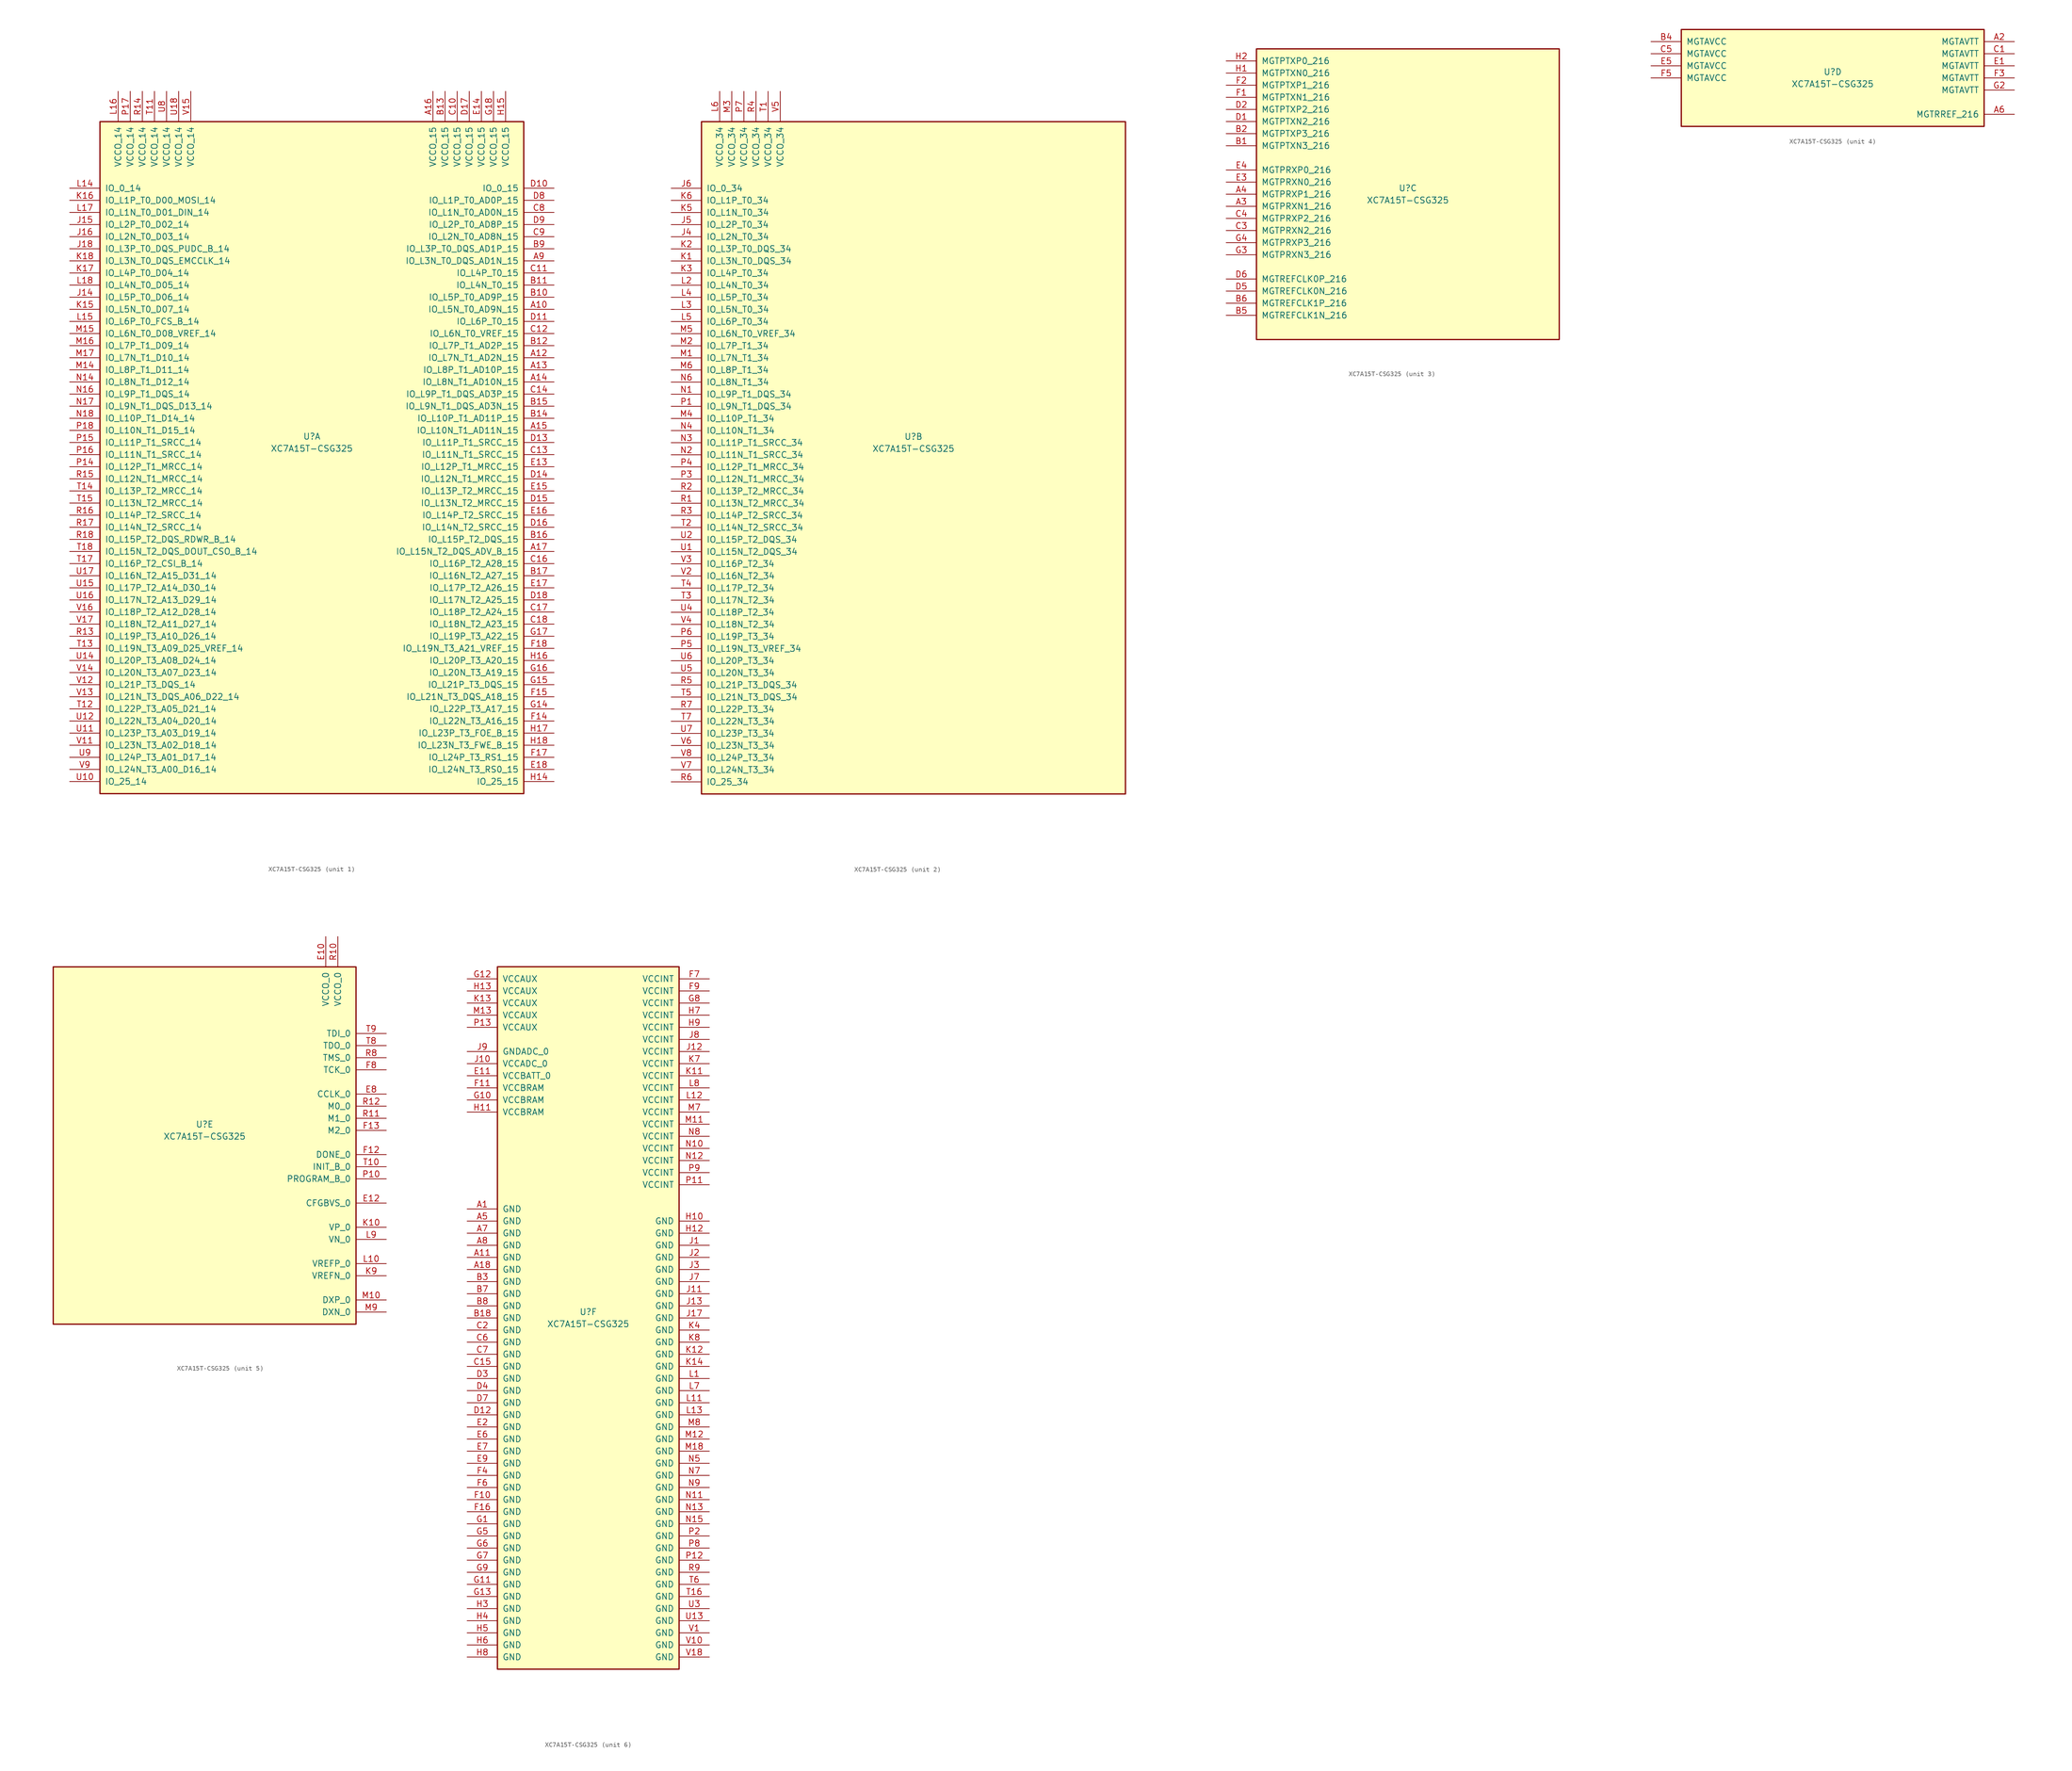
<source format=kicad_sym>
(kicad_symbol_lib
  (version 20201005)
  (generator kicad_symbol_editor)
  (symbol "FPGA_Xilinx_Artix7:XC7A15T-CSG325"
    (pin_names
      (offset 1.016))
    (property "Reference" "U"
      (at 0 1.27 0)
      (effects (font (size 1.27 1.27))))
    (property "Value" "XC7A15T-CSG325"
      (at 0 -1.27 0)
      (effects (font (size 1.27 1.27))))
    (property "Datasheet" ""
      (at 0 0 0)
      (effects (font (size 1.27 1.27))))
    (property "ki_locked" ""
      (at 0 0 0)
      (effects (font (size 1.27 1.27))))
    (symbol "XC7A15T-CSG325_1_1"
      (rectangle (start -44.45 67.31) (end 44.45 -73.66) (stroke (width 0.254)) (fill (type background)))
      (pin power_in line (at -40.64 73.66 270) (length 6.35) (name "VCCO_14" (effects (font (size 1.27 1.27)))) (number "L16" (effects (font (size 1.27 1.27)))))
      (pin power_in line (at -38.1 73.66 270) (length 6.35) (name "VCCO_14" (effects (font (size 1.27 1.27)))) (number "P17" (effects (font (size 1.27 1.27)))))
      (pin power_in line (at -35.56 73.66 270) (length 6.35) (name "VCCO_14" (effects (font (size 1.27 1.27)))) (number "R14" (effects (font (size 1.27 1.27)))))
      (pin power_in line (at -33.02 73.66 270) (length 6.35) (name "VCCO_14" (effects (font (size 1.27 1.27)))) (number "T11" (effects (font (size 1.27 1.27)))))
      (pin power_in line (at -30.48 73.66 270) (length 6.35) (name "VCCO_14" (effects (font (size 1.27 1.27)))) (number "U8" (effects (font (size 1.27 1.27)))))
      (pin power_in line (at -27.94 73.66 270) (length 6.35) (name "VCCO_14" (effects (font (size 1.27 1.27)))) (number "U18" (effects (font (size 1.27 1.27)))))
      (pin power_in line (at -25.4 73.66 270) (length 6.35) (name "VCCO_14" (effects (font (size 1.27 1.27)))) (number "V15" (effects (font (size 1.27 1.27)))))
      (pin bidirectional line (at -50.8 53.34 0) (length 6.35) (name "IO_0_14" (effects (font (size 1.27 1.27)))) (number "L14" (effects (font (size 1.27 1.27)))))
      (pin bidirectional line (at -50.8 50.8 0) (length 6.35) (name "IO_L1P_T0_D00_MOSI_14" (effects (font (size 1.27 1.27)))) (number "K16" (effects (font (size 1.27 1.27)))))
      (pin bidirectional line (at -50.8 48.26 0) (length 6.35) (name "IO_L1N_T0_D01_DIN_14" (effects (font (size 1.27 1.27)))) (number "L17" (effects (font (size 1.27 1.27)))))
      (pin bidirectional line (at -50.8 45.72 0) (length 6.35) (name "IO_L2P_T0_D02_14" (effects (font (size 1.27 1.27)))) (number "J15" (effects (font (size 1.27 1.27)))))
      (pin bidirectional line (at -50.8 43.18 0) (length 6.35) (name "IO_L2N_T0_D03_14" (effects (font (size 1.27 1.27)))) (number "J16" (effects (font (size 1.27 1.27)))))
      (pin bidirectional line (at -50.8 40.64 0) (length 6.35) (name "IO_L3P_T0_DQS_PUDC_B_14" (effects (font (size 1.27 1.27)))) (number "J18" (effects (font (size 1.27 1.27)))))
      (pin bidirectional line (at -50.8 38.1 0) (length 6.35) (name "IO_L3N_T0_DQS_EMCCLK_14" (effects (font (size 1.27 1.27)))) (number "K18" (effects (font (size 1.27 1.27)))))
      (pin bidirectional line (at -50.8 35.56 0) (length 6.35) (name "IO_L4P_T0_D04_14" (effects (font (size 1.27 1.27)))) (number "K17" (effects (font (size 1.27 1.27)))))
      (pin bidirectional line (at -50.8 33.02 0) (length 6.35) (name "IO_L4N_T0_D05_14" (effects (font (size 1.27 1.27)))) (number "L18" (effects (font (size 1.27 1.27)))))
      (pin bidirectional line (at -50.8 30.48 0) (length 6.35) (name "IO_L5P_T0_D06_14" (effects (font (size 1.27 1.27)))) (number "J14" (effects (font (size 1.27 1.27)))))
      (pin bidirectional line (at -50.8 27.94 0) (length 6.35) (name "IO_L5N_T0_D07_14" (effects (font (size 1.27 1.27)))) (number "K15" (effects (font (size 1.27 1.27)))))
      (pin bidirectional line (at -50.8 25.4 0) (length 6.35) (name "IO_L6P_T0_FCS_B_14" (effects (font (size 1.27 1.27)))) (number "L15" (effects (font (size 1.27 1.27)))))
      (pin bidirectional line (at -50.8 22.86 0) (length 6.35) (name "IO_L6N_T0_D08_VREF_14" (effects (font (size 1.27 1.27)))) (number "M15" (effects (font (size 1.27 1.27)))))
      (pin bidirectional line (at -50.8 20.32 0) (length 6.35) (name "IO_L7P_T1_D09_14" (effects (font (size 1.27 1.27)))) (number "M16" (effects (font (size 1.27 1.27)))))
      (pin bidirectional line (at -50.8 17.78 0) (length 6.35) (name "IO_L7N_T1_D10_14" (effects (font (size 1.27 1.27)))) (number "M17" (effects (font (size 1.27 1.27)))))
      (pin bidirectional line (at -50.8 15.24 0) (length 6.35) (name "IO_L8P_T1_D11_14" (effects (font (size 1.27 1.27)))) (number "M14" (effects (font (size 1.27 1.27)))))
      (pin bidirectional line (at -50.8 12.7 0) (length 6.35) (name "IO_L8N_T1_D12_14" (effects (font (size 1.27 1.27)))) (number "N14" (effects (font (size 1.27 1.27)))))
      (pin bidirectional line (at -50.8 10.16 0) (length 6.35) (name "IO_L9P_T1_DQS_14" (effects (font (size 1.27 1.27)))) (number "N16" (effects (font (size 1.27 1.27)))))
      (pin bidirectional line (at -50.8 7.62 0) (length 6.35) (name "IO_L9N_T1_DQS_D13_14" (effects (font (size 1.27 1.27)))) (number "N17" (effects (font (size 1.27 1.27)))))
      (pin bidirectional line (at -50.8 5.08 0) (length 6.35) (name "IO_L10P_T1_D14_14" (effects (font (size 1.27 1.27)))) (number "N18" (effects (font (size 1.27 1.27)))))
      (pin bidirectional line (at -50.8 2.54 0) (length 6.35) (name "IO_L10N_T1_D15_14" (effects (font (size 1.27 1.27)))) (number "P18" (effects (font (size 1.27 1.27)))))
      (pin bidirectional line (at -50.8 0 0) (length 6.35) (name "IO_L11P_T1_SRCC_14" (effects (font (size 1.27 1.27)))) (number "P15" (effects (font (size 1.27 1.27)))))
      (pin bidirectional line (at -50.8 -2.54 0) (length 6.35) (name "IO_L11N_T1_SRCC_14" (effects (font (size 1.27 1.27)))) (number "P16" (effects (font (size 1.27 1.27)))))
      (pin bidirectional line (at -50.8 -5.08 0) (length 6.35) (name "IO_L12P_T1_MRCC_14" (effects (font (size 1.27 1.27)))) (number "P14" (effects (font (size 1.27 1.27)))))
      (pin bidirectional line (at -50.8 -7.62 0) (length 6.35) (name "IO_L12N_T1_MRCC_14" (effects (font (size 1.27 1.27)))) (number "R15" (effects (font (size 1.27 1.27)))))
      (pin bidirectional line (at -50.8 -10.16 0) (length 6.35) (name "IO_L13P_T2_MRCC_14" (effects (font (size 1.27 1.27)))) (number "T14" (effects (font (size 1.27 1.27)))))
      (pin bidirectional line (at -50.8 -12.7 0) (length 6.35) (name "IO_L13N_T2_MRCC_14" (effects (font (size 1.27 1.27)))) (number "T15" (effects (font (size 1.27 1.27)))))
      (pin bidirectional line (at -50.8 -15.24 0) (length 6.35) (name "IO_L14P_T2_SRCC_14" (effects (font (size 1.27 1.27)))) (number "R16" (effects (font (size 1.27 1.27)))))
      (pin bidirectional line (at -50.8 -17.78 0) (length 6.35) (name "IO_L14N_T2_SRCC_14" (effects (font (size 1.27 1.27)))) (number "R17" (effects (font (size 1.27 1.27)))))
      (pin bidirectional line (at -50.8 -20.32 0) (length 6.35) (name "IO_L15P_T2_DQS_RDWR_B_14" (effects (font (size 1.27 1.27)))) (number "R18" (effects (font (size 1.27 1.27)))))
      (pin bidirectional line (at -50.8 -22.86 0) (length 6.35) (name "IO_L15N_T2_DQS_DOUT_CSO_B_14" (effects (font (size 1.27 1.27)))) (number "T18" (effects (font (size 1.27 1.27)))))
      (pin bidirectional line (at -50.8 -25.4 0) (length 6.35) (name "IO_L16P_T2_CSI_B_14" (effects (font (size 1.27 1.27)))) (number "T17" (effects (font (size 1.27 1.27)))))
      (pin bidirectional line (at -50.8 -27.94 0) (length 6.35) (name "IO_L16N_T2_A15_D31_14" (effects (font (size 1.27 1.27)))) (number "U17" (effects (font (size 1.27 1.27)))))
      (pin bidirectional line (at -50.8 -30.48 0) (length 6.35) (name "IO_L17P_T2_A14_D30_14" (effects (font (size 1.27 1.27)))) (number "U15" (effects (font (size 1.27 1.27)))))
      (pin bidirectional line (at -50.8 -33.02 0) (length 6.35) (name "IO_L17N_T2_A13_D29_14" (effects (font (size 1.27 1.27)))) (number "U16" (effects (font (size 1.27 1.27)))))
      (pin bidirectional line (at -50.8 -35.56 0) (length 6.35) (name "IO_L18P_T2_A12_D28_14" (effects (font (size 1.27 1.27)))) (number "V16" (effects (font (size 1.27 1.27)))))
      (pin bidirectional line (at -50.8 -38.1 0) (length 6.35) (name "IO_L18N_T2_A11_D27_14" (effects (font (size 1.27 1.27)))) (number "V17" (effects (font (size 1.27 1.27)))))
      (pin bidirectional line (at -50.8 -40.64 0) (length 6.35) (name "IO_L19P_T3_A10_D26_14" (effects (font (size 1.27 1.27)))) (number "R13" (effects (font (size 1.27 1.27)))))
      (pin bidirectional line (at -50.8 -43.18 0) (length 6.35) (name "IO_L19N_T3_A09_D25_VREF_14" (effects (font (size 1.27 1.27)))) (number "T13" (effects (font (size 1.27 1.27)))))
      (pin bidirectional line (at -50.8 -45.72 0) (length 6.35) (name "IO_L20P_T3_A08_D24_14" (effects (font (size 1.27 1.27)))) (number "U14" (effects (font (size 1.27 1.27)))))
      (pin bidirectional line (at -50.8 -48.26 0) (length 6.35) (name "IO_L20N_T3_A07_D23_14" (effects (font (size 1.27 1.27)))) (number "V14" (effects (font (size 1.27 1.27)))))
      (pin bidirectional line (at -50.8 -50.8 0) (length 6.35) (name "IO_L21P_T3_DQS_14" (effects (font (size 1.27 1.27)))) (number "V12" (effects (font (size 1.27 1.27)))))
      (pin bidirectional line (at -50.8 -53.34 0) (length 6.35) (name "IO_L21N_T3_DQS_A06_D22_14" (effects (font (size 1.27 1.27)))) (number "V13" (effects (font (size 1.27 1.27)))))
      (pin bidirectional line (at -50.8 -55.88 0) (length 6.35) (name "IO_L22P_T3_A05_D21_14" (effects (font (size 1.27 1.27)))) (number "T12" (effects (font (size 1.27 1.27)))))
      (pin bidirectional line (at -50.8 -58.42 0) (length 6.35) (name "IO_L22N_T3_A04_D20_14" (effects (font (size 1.27 1.27)))) (number "U12" (effects (font (size 1.27 1.27)))))
      (pin bidirectional line (at -50.8 -60.96 0) (length 6.35) (name "IO_L23P_T3_A03_D19_14" (effects (font (size 1.27 1.27)))) (number "U11" (effects (font (size 1.27 1.27)))))
      (pin bidirectional line (at -50.8 -63.5 0) (length 6.35) (name "IO_L23N_T3_A02_D18_14" (effects (font (size 1.27 1.27)))) (number "V11" (effects (font (size 1.27 1.27)))))
      (pin bidirectional line (at -50.8 -66.04 0) (length 6.35) (name "IO_L24P_T3_A01_D17_14" (effects (font (size 1.27 1.27)))) (number "U9" (effects (font (size 1.27 1.27)))))
      (pin bidirectional line (at -50.8 -68.58 0) (length 6.35) (name "IO_L24N_T3_A00_D16_14" (effects (font (size 1.27 1.27)))) (number "V9" (effects (font (size 1.27 1.27)))))
      (pin bidirectional line (at -50.8 -71.12 0) (length 6.35) (name "IO_25_14" (effects (font (size 1.27 1.27)))) (number "U10" (effects (font (size 1.27 1.27)))))
      (pin power_in line (at 25.4 73.66 270) (length 6.35) (name "VCCO_15" (effects (font (size 1.27 1.27)))) (number "A16" (effects (font (size 1.27 1.27)))))
      (pin power_in line (at 27.94 73.66 270) (length 6.35) (name "VCCO_15" (effects (font (size 1.27 1.27)))) (number "B13" (effects (font (size 1.27 1.27)))))
      (pin power_in line (at 30.48 73.66 270) (length 6.35) (name "VCCO_15" (effects (font (size 1.27 1.27)))) (number "C10" (effects (font (size 1.27 1.27)))))
      (pin power_in line (at 33.02 73.66 270) (length 6.35) (name "VCCO_15" (effects (font (size 1.27 1.27)))) (number "D17" (effects (font (size 1.27 1.27)))))
      (pin power_in line (at 35.56 73.66 270) (length 6.35) (name "VCCO_15" (effects (font (size 1.27 1.27)))) (number "E14" (effects (font (size 1.27 1.27)))))
      (pin power_in line (at 38.1 73.66 270) (length 6.35) (name "VCCO_15" (effects (font (size 1.27 1.27)))) (number "G18" (effects (font (size 1.27 1.27)))))
      (pin power_in line (at 40.64 73.66 270) (length 6.35) (name "VCCO_15" (effects (font (size 1.27 1.27)))) (number "H15" (effects (font (size 1.27 1.27)))))
      (pin bidirectional line (at 50.8 53.34 180) (length 6.35) (name "IO_0_15" (effects (font (size 1.27 1.27)))) (number "D10" (effects (font (size 1.27 1.27)))))
      (pin bidirectional line (at 50.8 50.8 180) (length 6.35) (name "IO_L1P_T0_AD0P_15" (effects (font (size 1.27 1.27)))) (number "D8" (effects (font (size 1.27 1.27)))))
      (pin bidirectional line (at 50.8 48.26 180) (length 6.35) (name "IO_L1N_T0_AD0N_15" (effects (font (size 1.27 1.27)))) (number "C8" (effects (font (size 1.27 1.27)))))
      (pin bidirectional line (at 50.8 45.72 180) (length 6.35) (name "IO_L2P_T0_AD8P_15" (effects (font (size 1.27 1.27)))) (number "D9" (effects (font (size 1.27 1.27)))))
      (pin bidirectional line (at 50.8 43.18 180) (length 6.35) (name "IO_L2N_T0_AD8N_15" (effects (font (size 1.27 1.27)))) (number "C9" (effects (font (size 1.27 1.27)))))
      (pin bidirectional line (at 50.8 40.64 180) (length 6.35) (name "IO_L3P_T0_DQS_AD1P_15" (effects (font (size 1.27 1.27)))) (number "B9" (effects (font (size 1.27 1.27)))))
      (pin bidirectional line (at 50.8 38.1 180) (length 6.35) (name "IO_L3N_T0_DQS_AD1N_15" (effects (font (size 1.27 1.27)))) (number "A9" (effects (font (size 1.27 1.27)))))
      (pin bidirectional line (at 50.8 35.56 180) (length 6.35) (name "IO_L4P_T0_15" (effects (font (size 1.27 1.27)))) (number "C11" (effects (font (size 1.27 1.27)))))
      (pin bidirectional line (at 50.8 33.02 180) (length 6.35) (name "IO_L4N_T0_15" (effects (font (size 1.27 1.27)))) (number "B11" (effects (font (size 1.27 1.27)))))
      (pin bidirectional line (at 50.8 30.48 180) (length 6.35) (name "IO_L5P_T0_AD9P_15" (effects (font (size 1.27 1.27)))) (number "B10" (effects (font (size 1.27 1.27)))))
      (pin bidirectional line (at 50.8 27.94 180) (length 6.35) (name "IO_L5N_T0_AD9N_15" (effects (font (size 1.27 1.27)))) (number "A10" (effects (font (size 1.27 1.27)))))
      (pin bidirectional line (at 50.8 25.4 180) (length 6.35) (name "IO_L6P_T0_15" (effects (font (size 1.27 1.27)))) (number "D11" (effects (font (size 1.27 1.27)))))
      (pin bidirectional line (at 50.8 22.86 180) (length 6.35) (name "IO_L6N_T0_VREF_15" (effects (font (size 1.27 1.27)))) (number "C12" (effects (font (size 1.27 1.27)))))
      (pin bidirectional line (at 50.8 20.32 180) (length 6.35) (name "IO_L7P_T1_AD2P_15" (effects (font (size 1.27 1.27)))) (number "B12" (effects (font (size 1.27 1.27)))))
      (pin bidirectional line (at 50.8 17.78 180) (length 6.35) (name "IO_L7N_T1_AD2N_15" (effects (font (size 1.27 1.27)))) (number "A12" (effects (font (size 1.27 1.27)))))
      (pin bidirectional line (at 50.8 15.24 180) (length 6.35) (name "IO_L8P_T1_AD10P_15" (effects (font (size 1.27 1.27)))) (number "A13" (effects (font (size 1.27 1.27)))))
      (pin bidirectional line (at 50.8 12.7 180) (length 6.35) (name "IO_L8N_T1_AD10N_15" (effects (font (size 1.27 1.27)))) (number "A14" (effects (font (size 1.27 1.27)))))
      (pin bidirectional line (at 50.8 10.16 180) (length 6.35) (name "IO_L9P_T1_DQS_AD3P_15" (effects (font (size 1.27 1.27)))) (number "C14" (effects (font (size 1.27 1.27)))))
      (pin bidirectional line (at 50.8 7.62 180) (length 6.35) (name "IO_L9N_T1_DQS_AD3N_15" (effects (font (size 1.27 1.27)))) (number "B15" (effects (font (size 1.27 1.27)))))
      (pin bidirectional line (at 50.8 5.08 180) (length 6.35) (name "IO_L10P_T1_AD11P_15" (effects (font (size 1.27 1.27)))) (number "B14" (effects (font (size 1.27 1.27)))))
      (pin bidirectional line (at 50.8 2.54 180) (length 6.35) (name "IO_L10N_T1_AD11N_15" (effects (font (size 1.27 1.27)))) (number "A15" (effects (font (size 1.27 1.27)))))
      (pin bidirectional line (at 50.8 0 180) (length 6.35) (name "IO_L11P_T1_SRCC_15" (effects (font (size 1.27 1.27)))) (number "D13" (effects (font (size 1.27 1.27)))))
      (pin bidirectional line (at 50.8 -2.54 180) (length 6.35) (name "IO_L11N_T1_SRCC_15" (effects (font (size 1.27 1.27)))) (number "C13" (effects (font (size 1.27 1.27)))))
      (pin bidirectional line (at 50.8 -5.08 180) (length 6.35) (name "IO_L12P_T1_MRCC_15" (effects (font (size 1.27 1.27)))) (number "E13" (effects (font (size 1.27 1.27)))))
      (pin bidirectional line (at 50.8 -7.62 180) (length 6.35) (name "IO_L12N_T1_MRCC_15" (effects (font (size 1.27 1.27)))) (number "D14" (effects (font (size 1.27 1.27)))))
      (pin bidirectional line (at 50.8 -10.16 180) (length 6.35) (name "IO_L13P_T2_MRCC_15" (effects (font (size 1.27 1.27)))) (number "E15" (effects (font (size 1.27 1.27)))))
      (pin bidirectional line (at 50.8 -12.7 180) (length 6.35) (name "IO_L13N_T2_MRCC_15" (effects (font (size 1.27 1.27)))) (number "D15" (effects (font (size 1.27 1.27)))))
      (pin bidirectional line (at 50.8 -15.24 180) (length 6.35) (name "IO_L14P_T2_SRCC_15" (effects (font (size 1.27 1.27)))) (number "E16" (effects (font (size 1.27 1.27)))))
      (pin bidirectional line (at 50.8 -17.78 180) (length 6.35) (name "IO_L14N_T2_SRCC_15" (effects (font (size 1.27 1.27)))) (number "D16" (effects (font (size 1.27 1.27)))))
      (pin bidirectional line (at 50.8 -20.32 180) (length 6.35) (name "IO_L15P_T2_DQS_15" (effects (font (size 1.27 1.27)))) (number "B16" (effects (font (size 1.27 1.27)))))
      (pin bidirectional line (at 50.8 -22.86 180) (length 6.35) (name "IO_L15N_T2_DQS_ADV_B_15" (effects (font (size 1.27 1.27)))) (number "A17" (effects (font (size 1.27 1.27)))))
      (pin bidirectional line (at 50.8 -25.4 180) (length 6.35) (name "IO_L16P_T2_A28_15" (effects (font (size 1.27 1.27)))) (number "C16" (effects (font (size 1.27 1.27)))))
      (pin bidirectional line (at 50.8 -27.94 180) (length 6.35) (name "IO_L16N_T2_A27_15" (effects (font (size 1.27 1.27)))) (number "B17" (effects (font (size 1.27 1.27)))))
      (pin bidirectional line (at 50.8 -30.48 180) (length 6.35) (name "IO_L17P_T2_A26_15" (effects (font (size 1.27 1.27)))) (number "E17" (effects (font (size 1.27 1.27)))))
      (pin bidirectional line (at 50.8 -33.02 180) (length 6.35) (name "IO_L17N_T2_A25_15" (effects (font (size 1.27 1.27)))) (number "D18" (effects (font (size 1.27 1.27)))))
      (pin bidirectional line (at 50.8 -35.56 180) (length 6.35) (name "IO_L18P_T2_A24_15" (effects (font (size 1.27 1.27)))) (number "C17" (effects (font (size 1.27 1.27)))))
      (pin bidirectional line (at 50.8 -38.1 180) (length 6.35) (name "IO_L18N_T2_A23_15" (effects (font (size 1.27 1.27)))) (number "C18" (effects (font (size 1.27 1.27)))))
      (pin bidirectional line (at 50.8 -40.64 180) (length 6.35) (name "IO_L19P_T3_A22_15" (effects (font (size 1.27 1.27)))) (number "G17" (effects (font (size 1.27 1.27)))))
      (pin bidirectional line (at 50.8 -43.18 180) (length 6.35) (name "IO_L19N_T3_A21_VREF_15" (effects (font (size 1.27 1.27)))) (number "F18" (effects (font (size 1.27 1.27)))))
      (pin bidirectional line (at 50.8 -45.72 180) (length 6.35) (name "IO_L20P_T3_A20_15" (effects (font (size 1.27 1.27)))) (number "H16" (effects (font (size 1.27 1.27)))))
      (pin bidirectional line (at 50.8 -48.26 180) (length 6.35) (name "IO_L20N_T3_A19_15" (effects (font (size 1.27 1.27)))) (number "G16" (effects (font (size 1.27 1.27)))))
      (pin bidirectional line (at 50.8 -50.8 180) (length 6.35) (name "IO_L21P_T3_DQS_15" (effects (font (size 1.27 1.27)))) (number "G15" (effects (font (size 1.27 1.27)))))
      (pin bidirectional line (at 50.8 -53.34 180) (length 6.35) (name "IO_L21N_T3_DQS_A18_15" (effects (font (size 1.27 1.27)))) (number "F15" (effects (font (size 1.27 1.27)))))
      (pin bidirectional line (at 50.8 -55.88 180) (length 6.35) (name "IO_L22P_T3_A17_15" (effects (font (size 1.27 1.27)))) (number "G14" (effects (font (size 1.27 1.27)))))
      (pin bidirectional line (at 50.8 -58.42 180) (length 6.35) (name "IO_L22N_T3_A16_15" (effects (font (size 1.27 1.27)))) (number "F14" (effects (font (size 1.27 1.27)))))
      (pin bidirectional line (at 50.8 -60.96 180) (length 6.35) (name "IO_L23P_T3_FOE_B_15" (effects (font (size 1.27 1.27)))) (number "H17" (effects (font (size 1.27 1.27)))))
      (pin bidirectional line (at 50.8 -63.5 180) (length 6.35) (name "IO_L23N_T3_FWE_B_15" (effects (font (size 1.27 1.27)))) (number "H18" (effects (font (size 1.27 1.27)))))
      (pin bidirectional line (at 50.8 -66.04 180) (length 6.35) (name "IO_L24P_T3_RS1_15" (effects (font (size 1.27 1.27)))) (number "F17" (effects (font (size 1.27 1.27)))))
      (pin bidirectional line (at 50.8 -68.58 180) (length 6.35) (name "IO_L24N_T3_RS0_15" (effects (font (size 1.27 1.27)))) (number "E18" (effects (font (size 1.27 1.27)))))
      (pin bidirectional line (at 50.8 -71.12 180) (length 6.35) (name "IO_25_15" (effects (font (size 1.27 1.27)))) (number "H14" (effects (font (size 1.27 1.27))))))
    (symbol "XC7A15T-CSG325_2_1"
      (rectangle (start -44.45 67.31) (end 44.45 -73.66) (stroke (width 0.254)) (fill (type background)))
      (pin power_in line (at -40.64 73.66 270) (length 6.35) (name "VCCO_34" (effects (font (size 1.27 1.27)))) (number "L6" (effects (font (size 1.27 1.27)))))
      (pin power_in line (at -38.1 73.66 270) (length 6.35) (name "VCCO_34" (effects (font (size 1.27 1.27)))) (number "M3" (effects (font (size 1.27 1.27)))))
      (pin power_in line (at -35.56 73.66 270) (length 6.35) (name "VCCO_34" (effects (font (size 1.27 1.27)))) (number "P7" (effects (font (size 1.27 1.27)))))
      (pin power_in line (at -33.02 73.66 270) (length 6.35) (name "VCCO_34" (effects (font (size 1.27 1.27)))) (number "R4" (effects (font (size 1.27 1.27)))))
      (pin power_in line (at -30.48 73.66 270) (length 6.35) (name "VCCO_34" (effects (font (size 1.27 1.27)))) (number "T1" (effects (font (size 1.27 1.27)))))
      (pin power_in line (at -27.94 73.66 270) (length 6.35) (name "VCCO_34" (effects (font (size 1.27 1.27)))) (number "V5" (effects (font (size 1.27 1.27)))))
      (pin bidirectional line (at -50.8 53.34 0) (length 6.35) (name "IO_0_34" (effects (font (size 1.27 1.27)))) (number "J6" (effects (font (size 1.27 1.27)))))
      (pin bidirectional line (at -50.8 50.8 0) (length 6.35) (name "IO_L1P_T0_34" (effects (font (size 1.27 1.27)))) (number "K6" (effects (font (size 1.27 1.27)))))
      (pin bidirectional line (at -50.8 48.26 0) (length 6.35) (name "IO_L1N_T0_34" (effects (font (size 1.27 1.27)))) (number "K5" (effects (font (size 1.27 1.27)))))
      (pin bidirectional line (at -50.8 45.72 0) (length 6.35) (name "IO_L2P_T0_34" (effects (font (size 1.27 1.27)))) (number "J5" (effects (font (size 1.27 1.27)))))
      (pin bidirectional line (at -50.8 43.18 0) (length 6.35) (name "IO_L2N_T0_34" (effects (font (size 1.27 1.27)))) (number "J4" (effects (font (size 1.27 1.27)))))
      (pin bidirectional line (at -50.8 40.64 0) (length 6.35) (name "IO_L3P_T0_DQS_34" (effects (font (size 1.27 1.27)))) (number "K2" (effects (font (size 1.27 1.27)))))
      (pin bidirectional line (at -50.8 38.1 0) (length 6.35) (name "IO_L3N_T0_DQS_34" (effects (font (size 1.27 1.27)))) (number "K1" (effects (font (size 1.27 1.27)))))
      (pin bidirectional line (at -50.8 35.56 0) (length 6.35) (name "IO_L4P_T0_34" (effects (font (size 1.27 1.27)))) (number "K3" (effects (font (size 1.27 1.27)))))
      (pin bidirectional line (at -50.8 33.02 0) (length 6.35) (name "IO_L4N_T0_34" (effects (font (size 1.27 1.27)))) (number "L2" (effects (font (size 1.27 1.27)))))
      (pin bidirectional line (at -50.8 30.48 0) (length 6.35) (name "IO_L5P_T0_34" (effects (font (size 1.27 1.27)))) (number "L4" (effects (font (size 1.27 1.27)))))
      (pin bidirectional line (at -50.8 27.94 0) (length 6.35) (name "IO_L5N_T0_34" (effects (font (size 1.27 1.27)))) (number "L3" (effects (font (size 1.27 1.27)))))
      (pin bidirectional line (at -50.8 25.4 0) (length 6.35) (name "IO_L6P_T0_34" (effects (font (size 1.27 1.27)))) (number "L5" (effects (font (size 1.27 1.27)))))
      (pin bidirectional line (at -50.8 22.86 0) (length 6.35) (name "IO_L6N_T0_VREF_34" (effects (font (size 1.27 1.27)))) (number "M5" (effects (font (size 1.27 1.27)))))
      (pin bidirectional line (at -50.8 20.32 0) (length 6.35) (name "IO_L7P_T1_34" (effects (font (size 1.27 1.27)))) (number "M2" (effects (font (size 1.27 1.27)))))
      (pin bidirectional line (at -50.8 17.78 0) (length 6.35) (name "IO_L7N_T1_34" (effects (font (size 1.27 1.27)))) (number "M1" (effects (font (size 1.27 1.27)))))
      (pin bidirectional line (at -50.8 15.24 0) (length 6.35) (name "IO_L8P_T1_34" (effects (font (size 1.27 1.27)))) (number "M6" (effects (font (size 1.27 1.27)))))
      (pin bidirectional line (at -50.8 12.7 0) (length 6.35) (name "IO_L8N_T1_34" (effects (font (size 1.27 1.27)))) (number "N6" (effects (font (size 1.27 1.27)))))
      (pin bidirectional line (at -50.8 10.16 0) (length 6.35) (name "IO_L9P_T1_DQS_34" (effects (font (size 1.27 1.27)))) (number "N1" (effects (font (size 1.27 1.27)))))
      (pin bidirectional line (at -50.8 7.62 0) (length 6.35) (name "IO_L9N_T1_DQS_34" (effects (font (size 1.27 1.27)))) (number "P1" (effects (font (size 1.27 1.27)))))
      (pin bidirectional line (at -50.8 5.08 0) (length 6.35) (name "IO_L10P_T1_34" (effects (font (size 1.27 1.27)))) (number "M4" (effects (font (size 1.27 1.27)))))
      (pin bidirectional line (at -50.8 2.54 0) (length 6.35) (name "IO_L10N_T1_34" (effects (font (size 1.27 1.27)))) (number "N4" (effects (font (size 1.27 1.27)))))
      (pin bidirectional line (at -50.8 0 0) (length 6.35) (name "IO_L11P_T1_SRCC_34" (effects (font (size 1.27 1.27)))) (number "N3" (effects (font (size 1.27 1.27)))))
      (pin bidirectional line (at -50.8 -2.54 0) (length 6.35) (name "IO_L11N_T1_SRCC_34" (effects (font (size 1.27 1.27)))) (number "N2" (effects (font (size 1.27 1.27)))))
      (pin bidirectional line (at -50.8 -5.08 0) (length 6.35) (name "IO_L12P_T1_MRCC_34" (effects (font (size 1.27 1.27)))) (number "P4" (effects (font (size 1.27 1.27)))))
      (pin bidirectional line (at -50.8 -7.62 0) (length 6.35) (name "IO_L12N_T1_MRCC_34" (effects (font (size 1.27 1.27)))) (number "P3" (effects (font (size 1.27 1.27)))))
      (pin bidirectional line (at -50.8 -10.16 0) (length 6.35) (name "IO_L13P_T2_MRCC_34" (effects (font (size 1.27 1.27)))) (number "R2" (effects (font (size 1.27 1.27)))))
      (pin bidirectional line (at -50.8 -12.7 0) (length 6.35) (name "IO_L13N_T2_MRCC_34" (effects (font (size 1.27 1.27)))) (number "R1" (effects (font (size 1.27 1.27)))))
      (pin bidirectional line (at -50.8 -15.24 0) (length 6.35) (name "IO_L14P_T2_SRCC_34" (effects (font (size 1.27 1.27)))) (number "R3" (effects (font (size 1.27 1.27)))))
      (pin bidirectional line (at -50.8 -17.78 0) (length 6.35) (name "IO_L14N_T2_SRCC_34" (effects (font (size 1.27 1.27)))) (number "T2" (effects (font (size 1.27 1.27)))))
      (pin bidirectional line (at -50.8 -20.32 0) (length 6.35) (name "IO_L15P_T2_DQS_34" (effects (font (size 1.27 1.27)))) (number "U2" (effects (font (size 1.27 1.27)))))
      (pin bidirectional line (at -50.8 -22.86 0) (length 6.35) (name "IO_L15N_T2_DQS_34" (effects (font (size 1.27 1.27)))) (number "U1" (effects (font (size 1.27 1.27)))))
      (pin bidirectional line (at -50.8 -25.4 0) (length 6.35) (name "IO_L16P_T2_34" (effects (font (size 1.27 1.27)))) (number "V3" (effects (font (size 1.27 1.27)))))
      (pin bidirectional line (at -50.8 -27.94 0) (length 6.35) (name "IO_L16N_T2_34" (effects (font (size 1.27 1.27)))) (number "V2" (effects (font (size 1.27 1.27)))))
      (pin bidirectional line (at -50.8 -30.48 0) (length 6.35) (name "IO_L17P_T2_34" (effects (font (size 1.27 1.27)))) (number "T4" (effects (font (size 1.27 1.27)))))
      (pin bidirectional line (at -50.8 -33.02 0) (length 6.35) (name "IO_L17N_T2_34" (effects (font (size 1.27 1.27)))) (number "T3" (effects (font (size 1.27 1.27)))))
      (pin bidirectional line (at -50.8 -35.56 0) (length 6.35) (name "IO_L18P_T2_34" (effects (font (size 1.27 1.27)))) (number "U4" (effects (font (size 1.27 1.27)))))
      (pin bidirectional line (at -50.8 -38.1 0) (length 6.35) (name "IO_L18N_T2_34" (effects (font (size 1.27 1.27)))) (number "V4" (effects (font (size 1.27 1.27)))))
      (pin bidirectional line (at -50.8 -40.64 0) (length 6.35) (name "IO_L19P_T3_34" (effects (font (size 1.27 1.27)))) (number "P6" (effects (font (size 1.27 1.27)))))
      (pin bidirectional line (at -50.8 -43.18 0) (length 6.35) (name "IO_L19N_T3_VREF_34" (effects (font (size 1.27 1.27)))) (number "P5" (effects (font (size 1.27 1.27)))))
      (pin bidirectional line (at -50.8 -45.72 0) (length 6.35) (name "IO_L20P_T3_34" (effects (font (size 1.27 1.27)))) (number "U6" (effects (font (size 1.27 1.27)))))
      (pin bidirectional line (at -50.8 -48.26 0) (length 6.35) (name "IO_L20N_T3_34" (effects (font (size 1.27 1.27)))) (number "U5" (effects (font (size 1.27 1.27)))))
      (pin bidirectional line (at -50.8 -50.8 0) (length 6.35) (name "IO_L21P_T3_DQS_34" (effects (font (size 1.27 1.27)))) (number "R5" (effects (font (size 1.27 1.27)))))
      (pin bidirectional line (at -50.8 -53.34 0) (length 6.35) (name "IO_L21N_T3_DQS_34" (effects (font (size 1.27 1.27)))) (number "T5" (effects (font (size 1.27 1.27)))))
      (pin bidirectional line (at -50.8 -55.88 0) (length 6.35) (name "IO_L22P_T3_34" (effects (font (size 1.27 1.27)))) (number "R7" (effects (font (size 1.27 1.27)))))
      (pin bidirectional line (at -50.8 -58.42 0) (length 6.35) (name "IO_L22N_T3_34" (effects (font (size 1.27 1.27)))) (number "T7" (effects (font (size 1.27 1.27)))))
      (pin bidirectional line (at -50.8 -60.96 0) (length 6.35) (name "IO_L23P_T3_34" (effects (font (size 1.27 1.27)))) (number "U7" (effects (font (size 1.27 1.27)))))
      (pin bidirectional line (at -50.8 -63.5 0) (length 6.35) (name "IO_L23N_T3_34" (effects (font (size 1.27 1.27)))) (number "V6" (effects (font (size 1.27 1.27)))))
      (pin bidirectional line (at -50.8 -66.04 0) (length 6.35) (name "IO_L24P_T3_34" (effects (font (size 1.27 1.27)))) (number "V8" (effects (font (size 1.27 1.27)))))
      (pin bidirectional line (at -50.8 -68.58 0) (length 6.35) (name "IO_L24N_T3_34" (effects (font (size 1.27 1.27)))) (number "V7" (effects (font (size 1.27 1.27)))))
      (pin bidirectional line (at -50.8 -71.12 0) (length 6.35) (name "IO_25_34" (effects (font (size 1.27 1.27)))) (number "R6" (effects (font (size 1.27 1.27))))))
    (symbol "XC7A15T-CSG325_3_1"
      (rectangle (start -31.75 30.48) (end 31.75 -30.48) (stroke (width 0.254)) (fill (type background)))
      (pin bidirectional line (at -38.1 27.94 0) (length 6.35) (name "MGTPTXP0_216" (effects (font (size 1.27 1.27)))) (number "H2" (effects (font (size 1.27 1.27)))))
      (pin bidirectional line (at -38.1 25.4 0) (length 6.35) (name "MGTPTXN0_216" (effects (font (size 1.27 1.27)))) (number "H1" (effects (font (size 1.27 1.27)))))
      (pin bidirectional line (at -38.1 22.86 0) (length 6.35) (name "MGTPTXP1_216" (effects (font (size 1.27 1.27)))) (number "F2" (effects (font (size 1.27 1.27)))))
      (pin bidirectional line (at -38.1 20.32 0) (length 6.35) (name "MGTPTXN1_216" (effects (font (size 1.27 1.27)))) (number "F1" (effects (font (size 1.27 1.27)))))
      (pin bidirectional line (at -38.1 17.78 0) (length 6.35) (name "MGTPTXP2_216" (effects (font (size 1.27 1.27)))) (number "D2" (effects (font (size 1.27 1.27)))))
      (pin bidirectional line (at -38.1 15.24 0) (length 6.35) (name "MGTPTXN2_216" (effects (font (size 1.27 1.27)))) (number "D1" (effects (font (size 1.27 1.27)))))
      (pin bidirectional line (at -38.1 12.7 0) (length 6.35) (name "MGTPTXP3_216" (effects (font (size 1.27 1.27)))) (number "B2" (effects (font (size 1.27 1.27)))))
      (pin bidirectional line (at -38.1 10.16 0) (length 6.35) (name "MGTPTXN3_216" (effects (font (size 1.27 1.27)))) (number "B1" (effects (font (size 1.27 1.27)))))
      (pin bidirectional line (at -38.1 5.08 0) (length 6.35) (name "MGTPRXP0_216" (effects (font (size 1.27 1.27)))) (number "E4" (effects (font (size 1.27 1.27)))))
      (pin bidirectional line (at -38.1 2.54 0) (length 6.35) (name "MGTPRXN0_216" (effects (font (size 1.27 1.27)))) (number "E3" (effects (font (size 1.27 1.27)))))
      (pin bidirectional line (at -38.1 0 0) (length 6.35) (name "MGTPRXP1_216" (effects (font (size 1.27 1.27)))) (number "A4" (effects (font (size 1.27 1.27)))))
      (pin bidirectional line (at -38.1 -2.54 0) (length 6.35) (name "MGTPRXN1_216" (effects (font (size 1.27 1.27)))) (number "A3" (effects (font (size 1.27 1.27)))))
      (pin bidirectional line (at -38.1 -5.08 0) (length 6.35) (name "MGTPRXP2_216" (effects (font (size 1.27 1.27)))) (number "C4" (effects (font (size 1.27 1.27)))))
      (pin bidirectional line (at -38.1 -7.62 0) (length 6.35) (name "MGTPRXN2_216" (effects (font (size 1.27 1.27)))) (number "C3" (effects (font (size 1.27 1.27)))))
      (pin bidirectional line (at -38.1 -10.16 0) (length 6.35) (name "MGTPRXP3_216" (effects (font (size 1.27 1.27)))) (number "G4" (effects (font (size 1.27 1.27)))))
      (pin bidirectional line (at -38.1 -12.7 0) (length 6.35) (name "MGTPRXN3_216" (effects (font (size 1.27 1.27)))) (number "G3" (effects (font (size 1.27 1.27)))))
      (pin bidirectional line (at -38.1 -17.78 0) (length 6.35) (name "MGTREFCLK0P_216" (effects (font (size 1.27 1.27)))) (number "D6" (effects (font (size 1.27 1.27)))))
      (pin bidirectional line (at -38.1 -20.32 0) (length 6.35) (name "MGTREFCLK0N_216" (effects (font (size 1.27 1.27)))) (number "D5" (effects (font (size 1.27 1.27)))))
      (pin bidirectional line (at -38.1 -22.86 0) (length 6.35) (name "MGTREFCLK1P_216" (effects (font (size 1.27 1.27)))) (number "B6" (effects (font (size 1.27 1.27)))))
      (pin bidirectional line (at -38.1 -25.4 0) (length 6.35) (name "MGTREFCLK1N_216" (effects (font (size 1.27 1.27)))) (number "B5" (effects (font (size 1.27 1.27))))))
    (symbol "XC7A15T-CSG325_4_1"
      (rectangle (start -31.75 10.16) (end 31.75 -10.16) (stroke (width 0.254)) (fill (type background)))
      (pin power_in line (at -38.1 7.62 0) (length 6.35) (name "MGTAVCC" (effects (font (size 1.27 1.27)))) (number "B4" (effects (font (size 1.27 1.27)))))
      (pin power_in line (at -38.1 5.08 0) (length 6.35) (name "MGTAVCC" (effects (font (size 1.27 1.27)))) (number "C5" (effects (font (size 1.27 1.27)))))
      (pin power_in line (at -38.1 2.54 0) (length 6.35) (name "MGTAVCC" (effects (font (size 1.27 1.27)))) (number "E5" (effects (font (size 1.27 1.27)))))
      (pin power_in line (at -38.1 0 0) (length 6.35) (name "MGTAVCC" (effects (font (size 1.27 1.27)))) (number "F5" (effects (font (size 1.27 1.27)))))
      (pin power_in line (at 38.1 7.62 180) (length 6.35) (name "MGTAVTT" (effects (font (size 1.27 1.27)))) (number "A2" (effects (font (size 1.27 1.27)))))
      (pin power_in line (at 38.1 5.08 180) (length 6.35) (name "MGTAVTT" (effects (font (size 1.27 1.27)))) (number "C1" (effects (font (size 1.27 1.27)))))
      (pin power_in line (at 38.1 2.54 180) (length 6.35) (name "MGTAVTT" (effects (font (size 1.27 1.27)))) (number "E1" (effects (font (size 1.27 1.27)))))
      (pin power_in line (at 38.1 0 180) (length 6.35) (name "MGTAVTT" (effects (font (size 1.27 1.27)))) (number "F3" (effects (font (size 1.27 1.27)))))
      (pin power_in line (at 38.1 -2.54 180) (length 6.35) (name "MGTAVTT" (effects (font (size 1.27 1.27)))) (number "G2" (effects (font (size 1.27 1.27)))))
      (pin power_in line (at 38.1 -7.62 180) (length 6.35) (name "MGTRREF_216" (effects (font (size 1.27 1.27)))) (number "A6" (effects (font (size 1.27 1.27))))))
    (symbol "XC7A15T-CSG325_5_1"
      (rectangle (start -31.75 34.29) (end 31.75 -40.64) (stroke (width 0.254)) (fill (type background)))
      (pin power_in line (at 25.4 40.64 270) (length 6.35) (name "VCCO_0" (effects (font (size 1.27 1.27)))) (number "E10" (effects (font (size 1.27 1.27)))))
      (pin power_in line (at 27.94 40.64 270) (length 6.35) (name "VCCO_0" (effects (font (size 1.27 1.27)))) (number "R10" (effects (font (size 1.27 1.27)))))
      (pin bidirectional line (at 38.1 20.32 180) (length 6.35) (name "TDI_0" (effects (font (size 1.27 1.27)))) (number "T9" (effects (font (size 1.27 1.27)))))
      (pin bidirectional line (at 38.1 17.78 180) (length 6.35) (name "TDO_0" (effects (font (size 1.27 1.27)))) (number "T8" (effects (font (size 1.27 1.27)))))
      (pin bidirectional line (at 38.1 15.24 180) (length 6.35) (name "TMS_0" (effects (font (size 1.27 1.27)))) (number "R8" (effects (font (size 1.27 1.27)))))
      (pin bidirectional line (at 38.1 12.7 180) (length 6.35) (name "TCK_0" (effects (font (size 1.27 1.27)))) (number "F8" (effects (font (size 1.27 1.27)))))
      (pin bidirectional line (at 38.1 7.62 180) (length 6.35) (name "CCLK_0" (effects (font (size 1.27 1.27)))) (number "E8" (effects (font (size 1.27 1.27)))))
      (pin bidirectional line (at 38.1 5.08 180) (length 6.35) (name "M0_0" (effects (font (size 1.27 1.27)))) (number "R12" (effects (font (size 1.27 1.27)))))
      (pin bidirectional line (at 38.1 2.54 180) (length 6.35) (name "M1_0" (effects (font (size 1.27 1.27)))) (number "R11" (effects (font (size 1.27 1.27)))))
      (pin bidirectional line (at 38.1 0 180) (length 6.35) (name "M2_0" (effects (font (size 1.27 1.27)))) (number "F13" (effects (font (size 1.27 1.27)))))
      (pin bidirectional line (at 38.1 -5.08 180) (length 6.35) (name "DONE_0" (effects (font (size 1.27 1.27)))) (number "F12" (effects (font (size 1.27 1.27)))))
      (pin bidirectional line (at 38.1 -7.62 180) (length 6.35) (name "INIT_B_0" (effects (font (size 1.27 1.27)))) (number "T10" (effects (font (size 1.27 1.27)))))
      (pin bidirectional line (at 38.1 -10.16 180) (length 6.35) (name "PROGRAM_B_0" (effects (font (size 1.27 1.27)))) (number "P10" (effects (font (size 1.27 1.27)))))
      (pin bidirectional line (at 38.1 -15.24 180) (length 6.35) (name "CFGBVS_0" (effects (font (size 1.27 1.27)))) (number "E12" (effects (font (size 1.27 1.27)))))
      (pin bidirectional line (at 38.1 -20.32 180) (length 6.35) (name "VP_0" (effects (font (size 1.27 1.27)))) (number "K10" (effects (font (size 1.27 1.27)))))
      (pin bidirectional line (at 38.1 -22.86 180) (length 6.35) (name "VN_0" (effects (font (size 1.27 1.27)))) (number "L9" (effects (font (size 1.27 1.27)))))
      (pin bidirectional line (at 38.1 -27.94 180) (length 6.35) (name "VREFP_0" (effects (font (size 1.27 1.27)))) (number "L10" (effects (font (size 1.27 1.27)))))
      (pin bidirectional line (at 38.1 -30.48 180) (length 6.35) (name "VREFN_0" (effects (font (size 1.27 1.27)))) (number "K9" (effects (font (size 1.27 1.27)))))
      (pin bidirectional line (at 38.1 -35.56 180) (length 6.35) (name "DXP_0" (effects (font (size 1.27 1.27)))) (number "M10" (effects (font (size 1.27 1.27)))))
      (pin bidirectional line (at 38.1 -38.1 180) (length 6.35) (name "DXN_0" (effects (font (size 1.27 1.27)))) (number "M9" (effects (font (size 1.27 1.27))))))
    (symbol "XC7A15T-CSG325_6_1"
      (rectangle (start -19.05 73.66) (end 19.05 -73.66) (stroke (width 0.254)) (fill (type background)))
      (pin power_in line (at -25.4 71.12 0) (length 6.35) (name "VCCAUX" (effects (font (size 1.27 1.27)))) (number "G12" (effects (font (size 1.27 1.27)))))
      (pin power_in line (at -25.4 68.58 0) (length 6.35) (name "VCCAUX" (effects (font (size 1.27 1.27)))) (number "H13" (effects (font (size 1.27 1.27)))))
      (pin power_in line (at -25.4 66.04 0) (length 6.35) (name "VCCAUX" (effects (font (size 1.27 1.27)))) (number "K13" (effects (font (size 1.27 1.27)))))
      (pin power_in line (at -25.4 63.5 0) (length 6.35) (name "VCCAUX" (effects (font (size 1.27 1.27)))) (number "M13" (effects (font (size 1.27 1.27)))))
      (pin power_in line (at -25.4 60.96 0) (length 6.35) (name "VCCAUX" (effects (font (size 1.27 1.27)))) (number "P13" (effects (font (size 1.27 1.27)))))
      (pin power_in line (at -25.4 55.88 0) (length 6.35) (name "GNDADC_0" (effects (font (size 1.27 1.27)))) (number "J9" (effects (font (size 1.27 1.27)))))
      (pin power_in line (at -25.4 53.34 0) (length 6.35) (name "VCCADC_0" (effects (font (size 1.27 1.27)))) (number "J10" (effects (font (size 1.27 1.27)))))
      (pin power_in line (at -25.4 50.8 0) (length 6.35) (name "VCCBATT_0" (effects (font (size 1.27 1.27)))) (number "E11" (effects (font (size 1.27 1.27)))))
      (pin power_in line (at -25.4 48.26 0) (length 6.35) (name "VCCBRAM" (effects (font (size 1.27 1.27)))) (number "F11" (effects (font (size 1.27 1.27)))))
      (pin power_in line (at -25.4 45.72 0) (length 6.35) (name "VCCBRAM" (effects (font (size 1.27 1.27)))) (number "G10" (effects (font (size 1.27 1.27)))))
      (pin power_in line (at -25.4 43.18 0) (length 6.35) (name "VCCBRAM" (effects (font (size 1.27 1.27)))) (number "H11" (effects (font (size 1.27 1.27)))))
      (pin power_in line (at -25.4 22.86 0) (length 6.35) (name "GND" (effects (font (size 1.27 1.27)))) (number "A1" (effects (font (size 1.27 1.27)))))
      (pin power_in line (at -25.4 20.32 0) (length 6.35) (name "GND" (effects (font (size 1.27 1.27)))) (number "A5" (effects (font (size 1.27 1.27)))))
      (pin power_in line (at -25.4 17.78 0) (length 6.35) (name "GND" (effects (font (size 1.27 1.27)))) (number "A7" (effects (font (size 1.27 1.27)))))
      (pin power_in line (at -25.4 15.24 0) (length 6.35) (name "GND" (effects (font (size 1.27 1.27)))) (number "A8" (effects (font (size 1.27 1.27)))))
      (pin power_in line (at -25.4 12.7 0) (length 6.35) (name "GND" (effects (font (size 1.27 1.27)))) (number "A11" (effects (font (size 1.27 1.27)))))
      (pin power_in line (at -25.4 10.16 0) (length 6.35) (name "GND" (effects (font (size 1.27 1.27)))) (number "A18" (effects (font (size 1.27 1.27)))))
      (pin power_in line (at -25.4 7.62 0) (length 6.35) (name "GND" (effects (font (size 1.27 1.27)))) (number "B3" (effects (font (size 1.27 1.27)))))
      (pin power_in line (at -25.4 5.08 0) (length 6.35) (name "GND" (effects (font (size 1.27 1.27)))) (number "B7" (effects (font (size 1.27 1.27)))))
      (pin power_in line (at -25.4 2.54 0) (length 6.35) (name "GND" (effects (font (size 1.27 1.27)))) (number "B8" (effects (font (size 1.27 1.27)))))
      (pin power_in line (at -25.4 0 0) (length 6.35) (name "GND" (effects (font (size 1.27 1.27)))) (number "B18" (effects (font (size 1.27 1.27)))))
      (pin power_in line (at -25.4 -2.54 0) (length 6.35) (name "GND" (effects (font (size 1.27 1.27)))) (number "C2" (effects (font (size 1.27 1.27)))))
      (pin power_in line (at -25.4 -5.08 0) (length 6.35) (name "GND" (effects (font (size 1.27 1.27)))) (number "C6" (effects (font (size 1.27 1.27)))))
      (pin power_in line (at -25.4 -7.62 0) (length 6.35) (name "GND" (effects (font (size 1.27 1.27)))) (number "C7" (effects (font (size 1.27 1.27)))))
      (pin power_in line (at -25.4 -10.16 0) (length 6.35) (name "GND" (effects (font (size 1.27 1.27)))) (number "C15" (effects (font (size 1.27 1.27)))))
      (pin power_in line (at -25.4 -12.7 0) (length 6.35) (name "GND" (effects (font (size 1.27 1.27)))) (number "D3" (effects (font (size 1.27 1.27)))))
      (pin power_in line (at -25.4 -15.24 0) (length 6.35) (name "GND" (effects (font (size 1.27 1.27)))) (number "D4" (effects (font (size 1.27 1.27)))))
      (pin power_in line (at -25.4 -17.78 0) (length 6.35) (name "GND" (effects (font (size 1.27 1.27)))) (number "D7" (effects (font (size 1.27 1.27)))))
      (pin power_in line (at -25.4 -20.32 0) (length 6.35) (name "GND" (effects (font (size 1.27 1.27)))) (number "D12" (effects (font (size 1.27 1.27)))))
      (pin power_in line (at -25.4 -22.86 0) (length 6.35) (name "GND" (effects (font (size 1.27 1.27)))) (number "E2" (effects (font (size 1.27 1.27)))))
      (pin power_in line (at -25.4 -25.4 0) (length 6.35) (name "GND" (effects (font (size 1.27 1.27)))) (number "E6" (effects (font (size 1.27 1.27)))))
      (pin power_in line (at -25.4 -27.94 0) (length 6.35) (name "GND" (effects (font (size 1.27 1.27)))) (number "E7" (effects (font (size 1.27 1.27)))))
      (pin power_in line (at -25.4 -30.48 0) (length 6.35) (name "GND" (effects (font (size 1.27 1.27)))) (number "E9" (effects (font (size 1.27 1.27)))))
      (pin power_in line (at -25.4 -33.02 0) (length 6.35) (name "GND" (effects (font (size 1.27 1.27)))) (number "F4" (effects (font (size 1.27 1.27)))))
      (pin power_in line (at -25.4 -35.56 0) (length 6.35) (name "GND" (effects (font (size 1.27 1.27)))) (number "F6" (effects (font (size 1.27 1.27)))))
      (pin power_in line (at -25.4 -38.1 0) (length 6.35) (name "GND" (effects (font (size 1.27 1.27)))) (number "F10" (effects (font (size 1.27 1.27)))))
      (pin power_in line (at -25.4 -40.64 0) (length 6.35) (name "GND" (effects (font (size 1.27 1.27)))) (number "F16" (effects (font (size 1.27 1.27)))))
      (pin power_in line (at -25.4 -43.18 0) (length 6.35) (name "GND" (effects (font (size 1.27 1.27)))) (number "G1" (effects (font (size 1.27 1.27)))))
      (pin power_in line (at -25.4 -45.72 0) (length 6.35) (name "GND" (effects (font (size 1.27 1.27)))) (number "G5" (effects (font (size 1.27 1.27)))))
      (pin power_in line (at -25.4 -48.26 0) (length 6.35) (name "GND" (effects (font (size 1.27 1.27)))) (number "G6" (effects (font (size 1.27 1.27)))))
      (pin power_in line (at -25.4 -50.8 0) (length 6.35) (name "GND" (effects (font (size 1.27 1.27)))) (number "G7" (effects (font (size 1.27 1.27)))))
      (pin power_in line (at -25.4 -53.34 0) (length 6.35) (name "GND" (effects (font (size 1.27 1.27)))) (number "G9" (effects (font (size 1.27 1.27)))))
      (pin power_in line (at -25.4 -55.88 0) (length 6.35) (name "GND" (effects (font (size 1.27 1.27)))) (number "G11" (effects (font (size 1.27 1.27)))))
      (pin power_in line (at -25.4 -58.42 0) (length 6.35) (name "GND" (effects (font (size 1.27 1.27)))) (number "G13" (effects (font (size 1.27 1.27)))))
      (pin power_in line (at -25.4 -60.96 0) (length 6.35) (name "GND" (effects (font (size 1.27 1.27)))) (number "H3" (effects (font (size 1.27 1.27)))))
      (pin power_in line (at -25.4 -63.5 0) (length 6.35) (name "GND" (effects (font (size 1.27 1.27)))) (number "H4" (effects (font (size 1.27 1.27)))))
      (pin power_in line (at -25.4 -66.04 0) (length 6.35) (name "GND" (effects (font (size 1.27 1.27)))) (number "H5" (effects (font (size 1.27 1.27)))))
      (pin power_in line (at -25.4 -68.58 0) (length 6.35) (name "GND" (effects (font (size 1.27 1.27)))) (number "H6" (effects (font (size 1.27 1.27)))))
      (pin power_in line (at -25.4 -71.12 0) (length 6.35) (name "GND" (effects (font (size 1.27 1.27)))) (number "H8" (effects (font (size 1.27 1.27)))))
      (pin power_in line (at 25.4 71.12 180) (length 6.35) (name "VCCINT" (effects (font (size 1.27 1.27)))) (number "F7" (effects (font (size 1.27 1.27)))))
      (pin power_in line (at 25.4 68.58 180) (length 6.35) (name "VCCINT" (effects (font (size 1.27 1.27)))) (number "F9" (effects (font (size 1.27 1.27)))))
      (pin power_in line (at 25.4 66.04 180) (length 6.35) (name "VCCINT" (effects (font (size 1.27 1.27)))) (number "G8" (effects (font (size 1.27 1.27)))))
      (pin power_in line (at 25.4 63.5 180) (length 6.35) (name "VCCINT" (effects (font (size 1.27 1.27)))) (number "H7" (effects (font (size 1.27 1.27)))))
      (pin power_in line (at 25.4 60.96 180) (length 6.35) (name "VCCINT" (effects (font (size 1.27 1.27)))) (number "H9" (effects (font (size 1.27 1.27)))))
      (pin power_in line (at 25.4 58.42 180) (length 6.35) (name "VCCINT" (effects (font (size 1.27 1.27)))) (number "J8" (effects (font (size 1.27 1.27)))))
      (pin power_in line (at 25.4 55.88 180) (length 6.35) (name "VCCINT" (effects (font (size 1.27 1.27)))) (number "J12" (effects (font (size 1.27 1.27)))))
      (pin power_in line (at 25.4 53.34 180) (length 6.35) (name "VCCINT" (effects (font (size 1.27 1.27)))) (number "K7" (effects (font (size 1.27 1.27)))))
      (pin power_in line (at 25.4 50.8 180) (length 6.35) (name "VCCINT" (effects (font (size 1.27 1.27)))) (number "K11" (effects (font (size 1.27 1.27)))))
      (pin power_in line (at 25.4 48.26 180) (length 6.35) (name "VCCINT" (effects (font (size 1.27 1.27)))) (number "L8" (effects (font (size 1.27 1.27)))))
      (pin power_in line (at 25.4 45.72 180) (length 6.35) (name "VCCINT" (effects (font (size 1.27 1.27)))) (number "L12" (effects (font (size 1.27 1.27)))))
      (pin power_in line (at 25.4 43.18 180) (length 6.35) (name "VCCINT" (effects (font (size 1.27 1.27)))) (number "M7" (effects (font (size 1.27 1.27)))))
      (pin power_in line (at 25.4 40.64 180) (length 6.35) (name "VCCINT" (effects (font (size 1.27 1.27)))) (number "M11" (effects (font (size 1.27 1.27)))))
      (pin power_in line (at 25.4 38.1 180) (length 6.35) (name "VCCINT" (effects (font (size 1.27 1.27)))) (number "N8" (effects (font (size 1.27 1.27)))))
      (pin power_in line (at 25.4 35.56 180) (length 6.35) (name "VCCINT" (effects (font (size 1.27 1.27)))) (number "N10" (effects (font (size 1.27 1.27)))))
      (pin power_in line (at 25.4 33.02 180) (length 6.35) (name "VCCINT" (effects (font (size 1.27 1.27)))) (number "N12" (effects (font (size 1.27 1.27)))))
      (pin power_in line (at 25.4 30.48 180) (length 6.35) (name "VCCINT" (effects (font (size 1.27 1.27)))) (number "P9" (effects (font (size 1.27 1.27)))))
      (pin power_in line (at 25.4 27.94 180) (length 6.35) (name "VCCINT" (effects (font (size 1.27 1.27)))) (number "P11" (effects (font (size 1.27 1.27)))))
      (pin power_in line (at 25.4 20.32 180) (length 6.35) (name "GND" (effects (font (size 1.27 1.27)))) (number "H10" (effects (font (size 1.27 1.27)))))
      (pin power_in line (at 25.4 17.78 180) (length 6.35) (name "GND" (effects (font (size 1.27 1.27)))) (number "H12" (effects (font (size 1.27 1.27)))))
      (pin power_in line (at 25.4 15.24 180) (length 6.35) (name "GND" (effects (font (size 1.27 1.27)))) (number "J1" (effects (font (size 1.27 1.27)))))
      (pin power_in line (at 25.4 12.7 180) (length 6.35) (name "GND" (effects (font (size 1.27 1.27)))) (number "J2" (effects (font (size 1.27 1.27)))))
      (pin power_in line (at 25.4 10.16 180) (length 6.35) (name "GND" (effects (font (size 1.27 1.27)))) (number "J3" (effects (font (size 1.27 1.27)))))
      (pin power_in line (at 25.4 7.62 180) (length 6.35) (name "GND" (effects (font (size 1.27 1.27)))) (number "J7" (effects (font (size 1.27 1.27)))))
      (pin power_in line (at 25.4 5.08 180) (length 6.35) (name "GND" (effects (font (size 1.27 1.27)))) (number "J11" (effects (font (size 1.27 1.27)))))
      (pin power_in line (at 25.4 2.54 180) (length 6.35) (name "GND" (effects (font (size 1.27 1.27)))) (number "J13" (effects (font (size 1.27 1.27)))))
      (pin power_in line (at 25.4 0 180) (length 6.35) (name "GND" (effects (font (size 1.27 1.27)))) (number "J17" (effects (font (size 1.27 1.27)))))
      (pin power_in line (at 25.4 -2.54 180) (length 6.35) (name "GND" (effects (font (size 1.27 1.27)))) (number "K4" (effects (font (size 1.27 1.27)))))
      (pin power_in line (at 25.4 -5.08 180) (length 6.35) (name "GND" (effects (font (size 1.27 1.27)))) (number "K8" (effects (font (size 1.27 1.27)))))
      (pin power_in line (at 25.4 -7.62 180) (length 6.35) (name "GND" (effects (font (size 1.27 1.27)))) (number "K12" (effects (font (size 1.27 1.27)))))
      (pin power_in line (at 25.4 -10.16 180) (length 6.35) (name "GND" (effects (font (size 1.27 1.27)))) (number "K14" (effects (font (size 1.27 1.27)))))
      (pin power_in line (at 25.4 -12.7 180) (length 6.35) (name "GND" (effects (font (size 1.27 1.27)))) (number "L1" (effects (font (size 1.27 1.27)))))
      (pin power_in line (at 25.4 -15.24 180) (length 6.35) (name "GND" (effects (font (size 1.27 1.27)))) (number "L7" (effects (font (size 1.27 1.27)))))
      (pin power_in line (at 25.4 -17.78 180) (length 6.35) (name "GND" (effects (font (size 1.27 1.27)))) (number "L11" (effects (font (size 1.27 1.27)))))
      (pin power_in line (at 25.4 -20.32 180) (length 6.35) (name "GND" (effects (font (size 1.27 1.27)))) (number "L13" (effects (font (size 1.27 1.27)))))
      (pin power_in line (at 25.4 -22.86 180) (length 6.35) (name "GND" (effects (font (size 1.27 1.27)))) (number "M8" (effects (font (size 1.27 1.27)))))
      (pin power_in line (at 25.4 -25.4 180) (length 6.35) (name "GND" (effects (font (size 1.27 1.27)))) (number "M12" (effects (font (size 1.27 1.27)))))
      (pin power_in line (at 25.4 -27.94 180) (length 6.35) (name "GND" (effects (font (size 1.27 1.27)))) (number "M18" (effects (font (size 1.27 1.27)))))
      (pin power_in line (at 25.4 -30.48 180) (length 6.35) (name "GND" (effects (font (size 1.27 1.27)))) (number "N5" (effects (font (size 1.27 1.27)))))
      (pin power_in line (at 25.4 -33.02 180) (length 6.35) (name "GND" (effects (font (size 1.27 1.27)))) (number "N7" (effects (font (size 1.27 1.27)))))
      (pin power_in line (at 25.4 -35.56 180) (length 6.35) (name "GND" (effects (font (size 1.27 1.27)))) (number "N9" (effects (font (size 1.27 1.27)))))
      (pin power_in line (at 25.4 -38.1 180) (length 6.35) (name "GND" (effects (font (size 1.27 1.27)))) (number "N11" (effects (font (size 1.27 1.27)))))
      (pin power_in line (at 25.4 -40.64 180) (length 6.35) (name "GND" (effects (font (size 1.27 1.27)))) (number "N13" (effects (font (size 1.27 1.27)))))
      (pin power_in line (at 25.4 -43.18 180) (length 6.35) (name "GND" (effects (font (size 1.27 1.27)))) (number "N15" (effects (font (size 1.27 1.27)))))
      (pin power_in line (at 25.4 -45.72 180) (length 6.35) (name "GND" (effects (font (size 1.27 1.27)))) (number "P2" (effects (font (size 1.27 1.27)))))
      (pin power_in line (at 25.4 -48.26 180) (length 6.35) (name "GND" (effects (font (size 1.27 1.27)))) (number "P8" (effects (font (size 1.27 1.27)))))
      (pin power_in line (at 25.4 -50.8 180) (length 6.35) (name "GND" (effects (font (size 1.27 1.27)))) (number "P12" (effects (font (size 1.27 1.27)))))
      (pin power_in line (at 25.4 -53.34 180) (length 6.35) (name "GND" (effects (font (size 1.27 1.27)))) (number "R9" (effects (font (size 1.27 1.27)))))
      (pin power_in line (at 25.4 -55.88 180) (length 6.35) (name "GND" (effects (font (size 1.27 1.27)))) (number "T6" (effects (font (size 1.27 1.27)))))
      (pin power_in line (at 25.4 -58.42 180) (length 6.35) (name "GND" (effects (font (size 1.27 1.27)))) (number "T16" (effects (font (size 1.27 1.27)))))
      (pin power_in line (at 25.4 -60.96 180) (length 6.35) (name "GND" (effects (font (size 1.27 1.27)))) (number "U3" (effects (font (size 1.27 1.27)))))
      (pin power_in line (at 25.4 -63.5 180) (length 6.35) (name "GND" (effects (font (size 1.27 1.27)))) (number "U13" (effects (font (size 1.27 1.27)))))
      (pin power_in line (at 25.4 -66.04 180) (length 6.35) (name "GND" (effects (font (size 1.27 1.27)))) (number "V1" (effects (font (size 1.27 1.27)))))
      (pin power_in line (at 25.4 -68.58 180) (length 6.35) (name "GND" (effects (font (size 1.27 1.27)))) (number "V10" (effects (font (size 1.27 1.27)))))
      (pin power_in line (at 25.4 -71.12 180) (length 6.35) (name "GND" (effects (font (size 1.27 1.27)))) (number "V18" (effects (font (size 1.27 1.27))))))))
</source>
